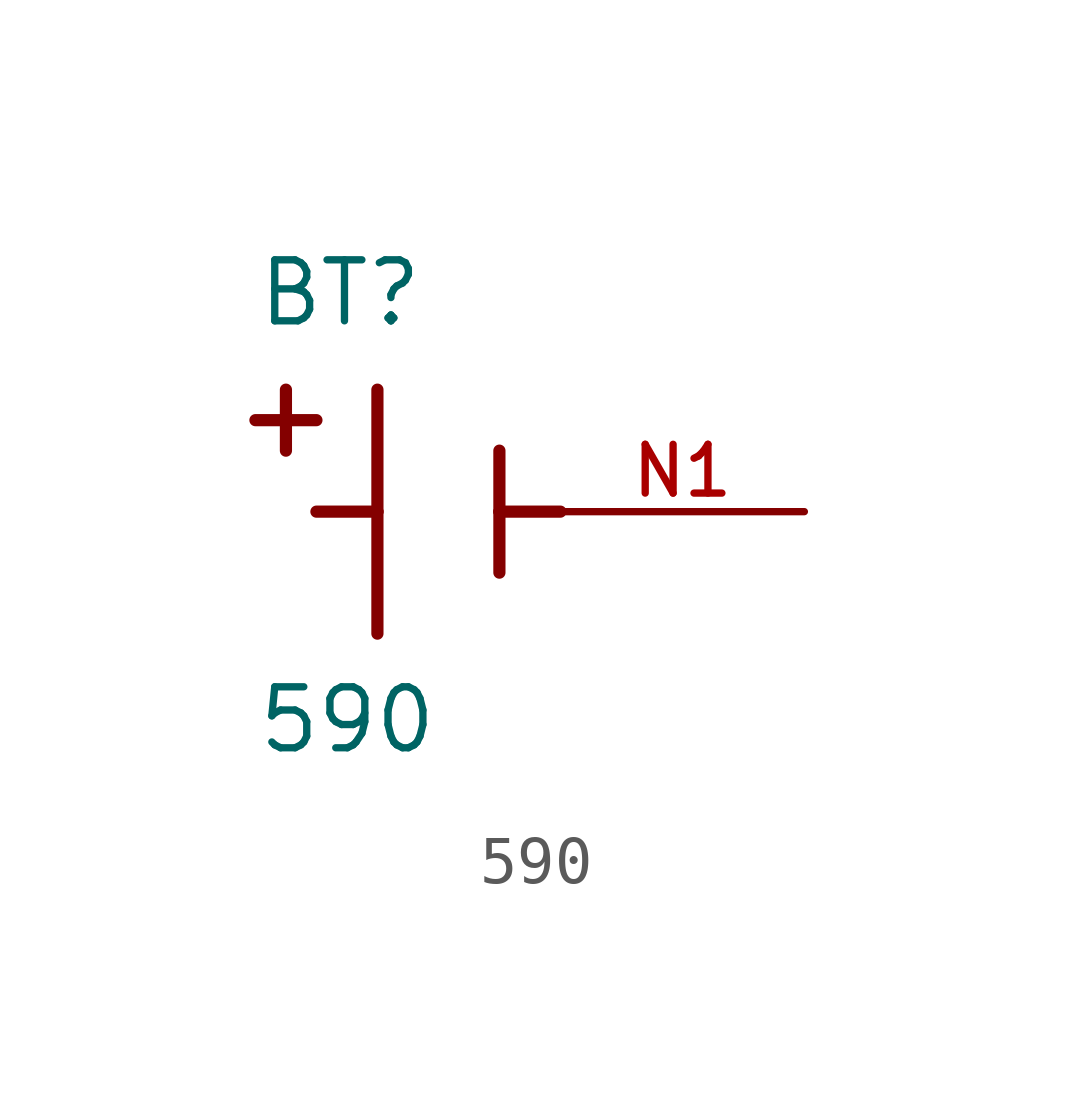
<source format=kicad_sym>
(kicad_symbol_lib
  (version 20211014)
  (generator kicad_symbol_editor)
  (symbol "590"
    (pin_names
      (offset 1.016))
    (property "Reference" "BT"
      (at -3.81 3.81 0)
      (effects (font (size 1.27 1.27)) (justify bottom left)))
    (property "Value" "590"
      (at -3.81 -5.08 0)
      (effects (font (size 1.27 1.27)) (justify bottom left)))
    (symbol "590_0_0"
      (polyline (pts (xy -1.27 2.54) (xy -1.27 0.0)) (stroke (width 0.254)))
      (polyline (pts (xy -1.27 0.0) (xy -1.27 -2.54)) (stroke (width 0.254)))
      (polyline (pts (xy 1.27 1.27) (xy 1.27 0.0)) (stroke (width 0.254)))
      (polyline (pts (xy 1.27 0.0) (xy 1.27 -1.27)) (stroke (width 0.254)))
      (polyline (pts (xy -1.27 0.0) (xy -2.54 0.0)) (stroke (width 0.254)))
      (polyline (pts (xy 1.27 0.0) (xy 2.54 0.0)) (stroke (width 0.254)))
      (polyline (pts (xy -3.175 2.54) (xy -3.175 1.27)) (stroke (width 0.254)))
      (polyline (pts (xy -3.81 1.905) (xy -2.54 1.905)) (stroke (width 0.254)))
      (pin passive line (at 7.62 0.0 180.0) (length 5.08) (name "~" (effects (font (size 1.016 1.016)))) (number "N1" (effects (font (size 1.016 1.016))))))))
</source>
